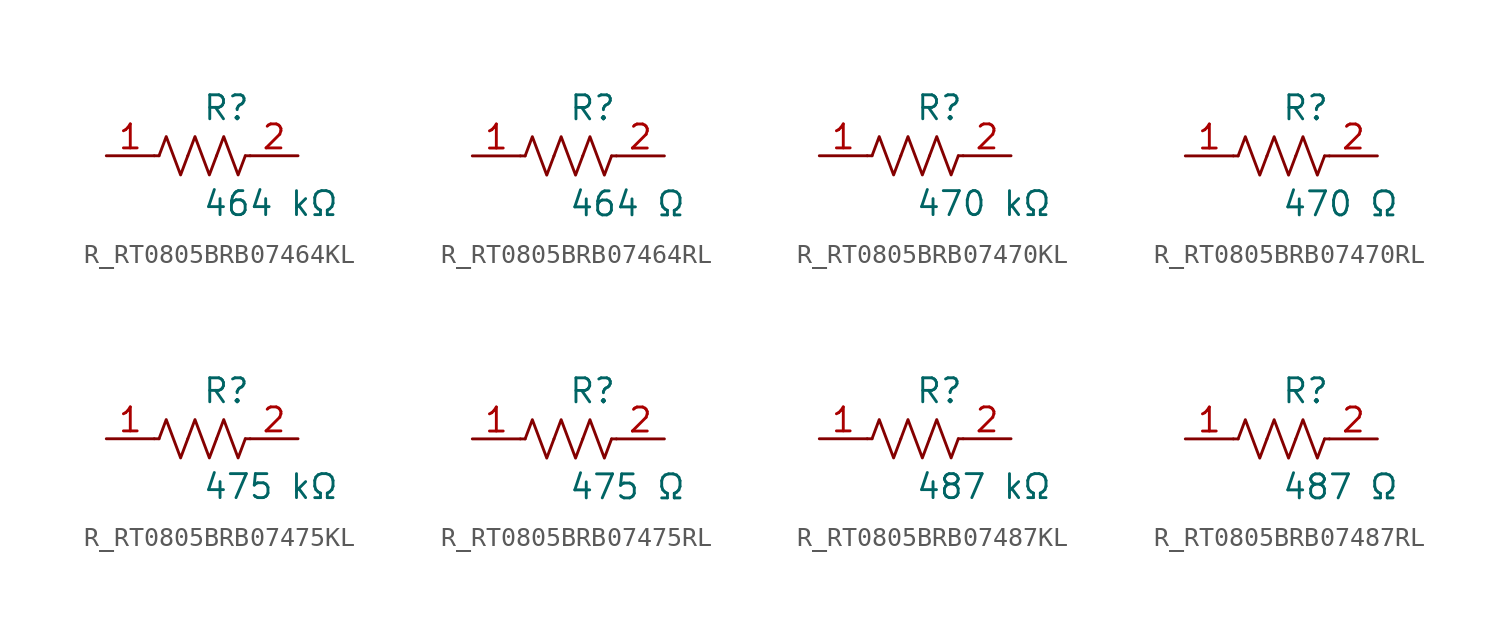
<source format=kicad_sym>
(kicad_symbol_lib
  (version 20231120)
  (generator kicad_symbol_editor)
  (generator_version 8.0)
  (symbol "R_RT0805BRB07464KL"
    (pin_names
      (offset 0.254))
    (property "Reference" "R"
      (at 0 2.54 0)
      (effects (font (size 1.27 1.27)) (justify left)))
    (property "Value" "464 kΩ"
      (at 0 -2.54 0)
      (effects (font (size 1.27 1.27)) (justify left)))
    (symbol "R_RT0805BRB07464KL_0_1"
      (polyline (pts (xy 2.286 0) (xy 2.54 0)) (stroke (width 0) (type default)) (fill (type none)))
      (polyline (pts (xy -2.286 0) (xy -2.54 0)) (stroke (width 0) (type default)) (fill (type none)))
      (polyline (pts (xy 0.762 0) (xy 1.143 1.016) (xy 1.524 0) (xy 1.905 -1.016) (xy 2.286 0)) (stroke (width 0) (type default)) (fill (type none)))
      (polyline (pts (xy -0.762 0) (xy -0.381 1.016) (xy 0 0) (xy 0.381 -1.016) (xy 0.762 0)) (stroke (width 0) (type default)) (fill (type none)))
      (polyline (pts (xy -2.286 0) (xy -1.905 1.016) (xy -1.524 0) (xy -1.143 -1.016) (xy -0.762 0)) (stroke (width 0) (type default)) (fill (type none))))
    (pin unspecified line
      (at -5.08 0 0)
      (length 2.54)
      (name "" (effects (font (size 1.27 1.27))))
      (number "1" (effects (font (size 1.27 1.27)))))
    (pin unspecified line
      (at 5.08 0 180)
      (length 2.54)
      (name "" (effects (font (size 1.27 1.27))))
      (number "2" (effects (font (size 1.27 1.27))))))
  (symbol "R_RT0805BRB07464RL"
    (pin_names
      (offset 0.254))
    (property "Reference" "R"
      (at 0 2.54 0)
      (effects (font (size 1.27 1.27)) (justify left)))
    (property "Value" "464 Ω"
      (at 0 -2.54 0)
      (effects (font (size 1.27 1.27)) (justify left)))
    (symbol "R_RT0805BRB07464RL_0_1"
      (polyline (pts (xy 2.286 0) (xy 2.54 0)) (stroke (width 0) (type default)) (fill (type none)))
      (polyline (pts (xy -2.286 0) (xy -2.54 0)) (stroke (width 0) (type default)) (fill (type none)))
      (polyline (pts (xy 0.762 0) (xy 1.143 1.016) (xy 1.524 0) (xy 1.905 -1.016) (xy 2.286 0)) (stroke (width 0) (type default)) (fill (type none)))
      (polyline (pts (xy -0.762 0) (xy -0.381 1.016) (xy 0 0) (xy 0.381 -1.016) (xy 0.762 0)) (stroke (width 0) (type default)) (fill (type none)))
      (polyline (pts (xy -2.286 0) (xy -1.905 1.016) (xy -1.524 0) (xy -1.143 -1.016) (xy -0.762 0)) (stroke (width 0) (type default)) (fill (type none))))
    (pin unspecified line
      (at -5.08 0 0)
      (length 2.54)
      (name "" (effects (font (size 1.27 1.27))))
      (number "1" (effects (font (size 1.27 1.27)))))
    (pin unspecified line
      (at 5.08 0 180)
      (length 2.54)
      (name "" (effects (font (size 1.27 1.27))))
      (number "2" (effects (font (size 1.27 1.27))))))
  (symbol "R_RT0805BRB07470KL"
    (pin_names
      (offset 0.254))
    (property "Reference" "R"
      (at 0 2.54 0)
      (effects (font (size 1.27 1.27)) (justify left)))
    (property "Value" "470 kΩ"
      (at 0 -2.54 0)
      (effects (font (size 1.27 1.27)) (justify left)))
    (symbol "R_RT0805BRB07470KL_0_1"
      (polyline (pts (xy 2.286 0) (xy 2.54 0)) (stroke (width 0) (type default)) (fill (type none)))
      (polyline (pts (xy -2.286 0) (xy -2.54 0)) (stroke (width 0) (type default)) (fill (type none)))
      (polyline (pts (xy 0.762 0) (xy 1.143 1.016) (xy 1.524 0) (xy 1.905 -1.016) (xy 2.286 0)) (stroke (width 0) (type default)) (fill (type none)))
      (polyline (pts (xy -0.762 0) (xy -0.381 1.016) (xy 0 0) (xy 0.381 -1.016) (xy 0.762 0)) (stroke (width 0) (type default)) (fill (type none)))
      (polyline (pts (xy -2.286 0) (xy -1.905 1.016) (xy -1.524 0) (xy -1.143 -1.016) (xy -0.762 0)) (stroke (width 0) (type default)) (fill (type none))))
    (pin unspecified line
      (at -5.08 0 0)
      (length 2.54)
      (name "" (effects (font (size 1.27 1.27))))
      (number "1" (effects (font (size 1.27 1.27)))))
    (pin unspecified line
      (at 5.08 0 180)
      (length 2.54)
      (name "" (effects (font (size 1.27 1.27))))
      (number "2" (effects (font (size 1.27 1.27))))))
  (symbol "R_RT0805BRB07470RL"
    (pin_names
      (offset 0.254))
    (property "Reference" "R"
      (at 0 2.54 0)
      (effects (font (size 1.27 1.27)) (justify left)))
    (property "Value" "470 Ω"
      (at 0 -2.54 0)
      (effects (font (size 1.27 1.27)) (justify left)))
    (symbol "R_RT0805BRB07470RL_0_1"
      (polyline (pts (xy 2.286 0) (xy 2.54 0)) (stroke (width 0) (type default)) (fill (type none)))
      (polyline (pts (xy -2.286 0) (xy -2.54 0)) (stroke (width 0) (type default)) (fill (type none)))
      (polyline (pts (xy 0.762 0) (xy 1.143 1.016) (xy 1.524 0) (xy 1.905 -1.016) (xy 2.286 0)) (stroke (width 0) (type default)) (fill (type none)))
      (polyline (pts (xy -0.762 0) (xy -0.381 1.016) (xy 0 0) (xy 0.381 -1.016) (xy 0.762 0)) (stroke (width 0) (type default)) (fill (type none)))
      (polyline (pts (xy -2.286 0) (xy -1.905 1.016) (xy -1.524 0) (xy -1.143 -1.016) (xy -0.762 0)) (stroke (width 0) (type default)) (fill (type none))))
    (pin unspecified line
      (at -5.08 0 0)
      (length 2.54)
      (name "" (effects (font (size 1.27 1.27))))
      (number "1" (effects (font (size 1.27 1.27)))))
    (pin unspecified line
      (at 5.08 0 180)
      (length 2.54)
      (name "" (effects (font (size 1.27 1.27))))
      (number "2" (effects (font (size 1.27 1.27))))))
  (symbol "R_RT0805BRB07475KL"
    (pin_names
      (offset 0.254))
    (property "Reference" "R"
      (at 0 2.54 0)
      (effects (font (size 1.27 1.27)) (justify left)))
    (property "Value" "475 kΩ"
      (at 0 -2.54 0)
      (effects (font (size 1.27 1.27)) (justify left)))
    (symbol "R_RT0805BRB07475KL_0_1"
      (polyline (pts (xy 2.286 0) (xy 2.54 0)) (stroke (width 0) (type default)) (fill (type none)))
      (polyline (pts (xy -2.286 0) (xy -2.54 0)) (stroke (width 0) (type default)) (fill (type none)))
      (polyline (pts (xy 0.762 0) (xy 1.143 1.016) (xy 1.524 0) (xy 1.905 -1.016) (xy 2.286 0)) (stroke (width 0) (type default)) (fill (type none)))
      (polyline (pts (xy -0.762 0) (xy -0.381 1.016) (xy 0 0) (xy 0.381 -1.016) (xy 0.762 0)) (stroke (width 0) (type default)) (fill (type none)))
      (polyline (pts (xy -2.286 0) (xy -1.905 1.016) (xy -1.524 0) (xy -1.143 -1.016) (xy -0.762 0)) (stroke (width 0) (type default)) (fill (type none))))
    (pin unspecified line
      (at -5.08 0 0)
      (length 2.54)
      (name "" (effects (font (size 1.27 1.27))))
      (number "1" (effects (font (size 1.27 1.27)))))
    (pin unspecified line
      (at 5.08 0 180)
      (length 2.54)
      (name "" (effects (font (size 1.27 1.27))))
      (number "2" (effects (font (size 1.27 1.27))))))
  (symbol "R_RT0805BRB07475RL"
    (pin_names
      (offset 0.254))
    (property "Reference" "R"
      (at 0 2.54 0)
      (effects (font (size 1.27 1.27)) (justify left)))
    (property "Value" "475 Ω"
      (at 0 -2.54 0)
      (effects (font (size 1.27 1.27)) (justify left)))
    (symbol "R_RT0805BRB07475RL_0_1"
      (polyline (pts (xy 2.286 0) (xy 2.54 0)) (stroke (width 0) (type default)) (fill (type none)))
      (polyline (pts (xy -2.286 0) (xy -2.54 0)) (stroke (width 0) (type default)) (fill (type none)))
      (polyline (pts (xy 0.762 0) (xy 1.143 1.016) (xy 1.524 0) (xy 1.905 -1.016) (xy 2.286 0)) (stroke (width 0) (type default)) (fill (type none)))
      (polyline (pts (xy -0.762 0) (xy -0.381 1.016) (xy 0 0) (xy 0.381 -1.016) (xy 0.762 0)) (stroke (width 0) (type default)) (fill (type none)))
      (polyline (pts (xy -2.286 0) (xy -1.905 1.016) (xy -1.524 0) (xy -1.143 -1.016) (xy -0.762 0)) (stroke (width 0) (type default)) (fill (type none))))
    (pin unspecified line
      (at -5.08 0 0)
      (length 2.54)
      (name "" (effects (font (size 1.27 1.27))))
      (number "1" (effects (font (size 1.27 1.27)))))
    (pin unspecified line
      (at 5.08 0 180)
      (length 2.54)
      (name "" (effects (font (size 1.27 1.27))))
      (number "2" (effects (font (size 1.27 1.27))))))
  (symbol "R_RT0805BRB07487KL"
    (pin_names
      (offset 0.254))
    (property "Reference" "R"
      (at 0 2.54 0)
      (effects (font (size 1.27 1.27)) (justify left)))
    (property "Value" "487 kΩ"
      (at 0 -2.54 0)
      (effects (font (size 1.27 1.27)) (justify left)))
    (symbol "R_RT0805BRB07487KL_0_1"
      (polyline (pts (xy 2.286 0) (xy 2.54 0)) (stroke (width 0) (type default)) (fill (type none)))
      (polyline (pts (xy -2.286 0) (xy -2.54 0)) (stroke (width 0) (type default)) (fill (type none)))
      (polyline (pts (xy 0.762 0) (xy 1.143 1.016) (xy 1.524 0) (xy 1.905 -1.016) (xy 2.286 0)) (stroke (width 0) (type default)) (fill (type none)))
      (polyline (pts (xy -0.762 0) (xy -0.381 1.016) (xy 0 0) (xy 0.381 -1.016) (xy 0.762 0)) (stroke (width 0) (type default)) (fill (type none)))
      (polyline (pts (xy -2.286 0) (xy -1.905 1.016) (xy -1.524 0) (xy -1.143 -1.016) (xy -0.762 0)) (stroke (width 0) (type default)) (fill (type none))))
    (pin unspecified line
      (at -5.08 0 0)
      (length 2.54)
      (name "" (effects (font (size 1.27 1.27))))
      (number "1" (effects (font (size 1.27 1.27)))))
    (pin unspecified line
      (at 5.08 0 180)
      (length 2.54)
      (name "" (effects (font (size 1.27 1.27))))
      (number "2" (effects (font (size 1.27 1.27))))))
  (symbol "R_RT0805BRB07487RL"
    (pin_names
      (offset 0.254))
    (property "Reference" "R"
      (at 0 2.54 0)
      (effects (font (size 1.27 1.27)) (justify left)))
    (property "Value" "487 Ω"
      (at 0 -2.54 0)
      (effects (font (size 1.27 1.27)) (justify left)))
    (symbol "R_RT0805BRB07487RL_0_1"
      (polyline (pts (xy 2.286 0) (xy 2.54 0)) (stroke (width 0) (type default)) (fill (type none)))
      (polyline (pts (xy -2.286 0) (xy -2.54 0)) (stroke (width 0) (type default)) (fill (type none)))
      (polyline (pts (xy 0.762 0) (xy 1.143 1.016) (xy 1.524 0) (xy 1.905 -1.016) (xy 2.286 0)) (stroke (width 0) (type default)) (fill (type none)))
      (polyline (pts (xy -0.762 0) (xy -0.381 1.016) (xy 0 0) (xy 0.381 -1.016) (xy 0.762 0)) (stroke (width 0) (type default)) (fill (type none)))
      (polyline (pts (xy -2.286 0) (xy -1.905 1.016) (xy -1.524 0) (xy -1.143 -1.016) (xy -0.762 0)) (stroke (width 0) (type default)) (fill (type none))))
    (pin unspecified line
      (at -5.08 0 0)
      (length 2.54)
      (name "" (effects (font (size 1.27 1.27))))
      (number "1" (effects (font (size 1.27 1.27)))))
    (pin unspecified line
      (at 5.08 0 180)
      (length 2.54)
      (name "" (effects (font (size 1.27 1.27))))
      (number "2" (effects (font (size 1.27 1.27)))))))
</source>
